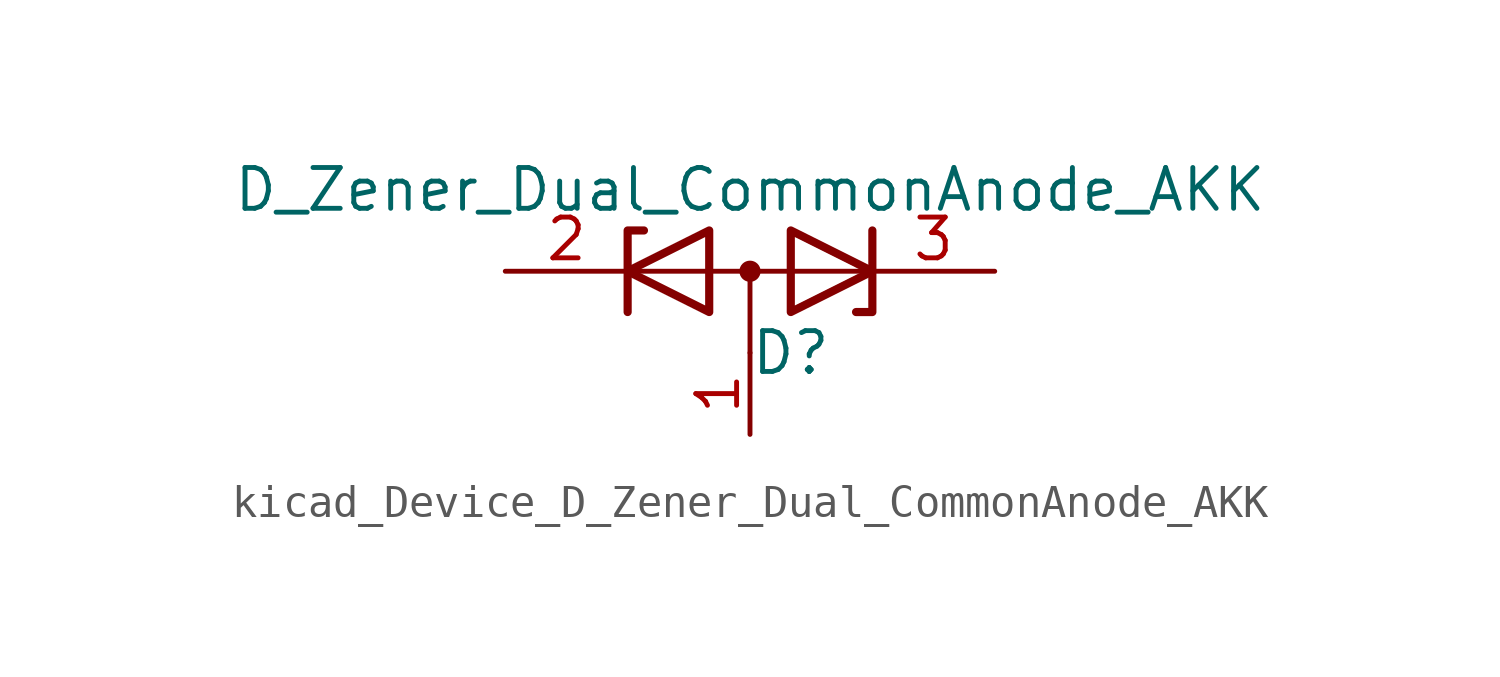
<source format=kicad_sym>
(kicad_symbol_lib
  (version 20220914)
  (generator kicad_symbol_editor)
  (symbol "kicad_Device_D_Zener_Dual_CommonAnode_AKK"
    (pin_names
      (offset 0.762) hide)
    (property "Reference" "D"
      (at 1.27 -2.54 0)
      (effects (font (size 1.27 1.27))))
    (property "Value" "D_Zener_Dual_CommonAnode_AKK"
      (at 0 2.54 0)
      (effects (font (size 1.27 1.27))))
    (symbol "kicad_Device_D_Zener_Dual_CommonAnode_AKK_0_1"
      (polyline (pts (xy -3.556 0) (xy 3.81 0)) (stroke (width 0) (type default)) (fill (type none)))
      (polyline (pts (xy 0 0) (xy 0 -2.54)) (stroke (width 0) (type default)) (fill (type none)))
      (polyline (pts (xy -3.81 -1.27) (xy -3.81 1.27) (xy -3.302 1.27)) (stroke (width 0.254) (type default)) (fill (type none)))
      (polyline (pts (xy 3.81 1.27) (xy 3.81 -1.27) (xy 3.302 -1.27)) (stroke (width 0.254) (type default)) (fill (type none)))
      (polyline (pts (xy -1.27 -1.27) (xy -3.81 0) (xy -1.27 1.27) (xy -1.27 -1.27) (xy -1.27 -1.27) (xy -1.27 -1.27)) (stroke (width 0.254) (type default)) (fill (type none)))
      (polyline (pts (xy 1.27 1.27) (xy 3.81 0) (xy 1.27 -1.27) (xy 1.27 1.27) (xy 1.27 1.27) (xy 1.27 1.27)) (stroke (width 0.254) (type default)) (fill (type none)))
      (circle (center 0 0) (radius 0.254) (stroke (width 0) (type default)) (fill (type outline)))
      (pin passive line (at 0 -5.08 90) (length 2.54) (name "A" (effects (font (size 1.27 1.27)))) (number "1" (effects (font (size 1.27 1.27)))))
      (pin passive line (at -7.62 0 0) (length 3.81) (name "K" (effects (font (size 1.27 1.27)))) (number "2" (effects (font (size 1.27 1.27)))))
      (pin passive line (at 7.62 0 180) (length 3.81) (name "K" (effects (font (size 1.27 1.27)))) (number "3" (effects (font (size 1.27 1.27))))))))
</source>
